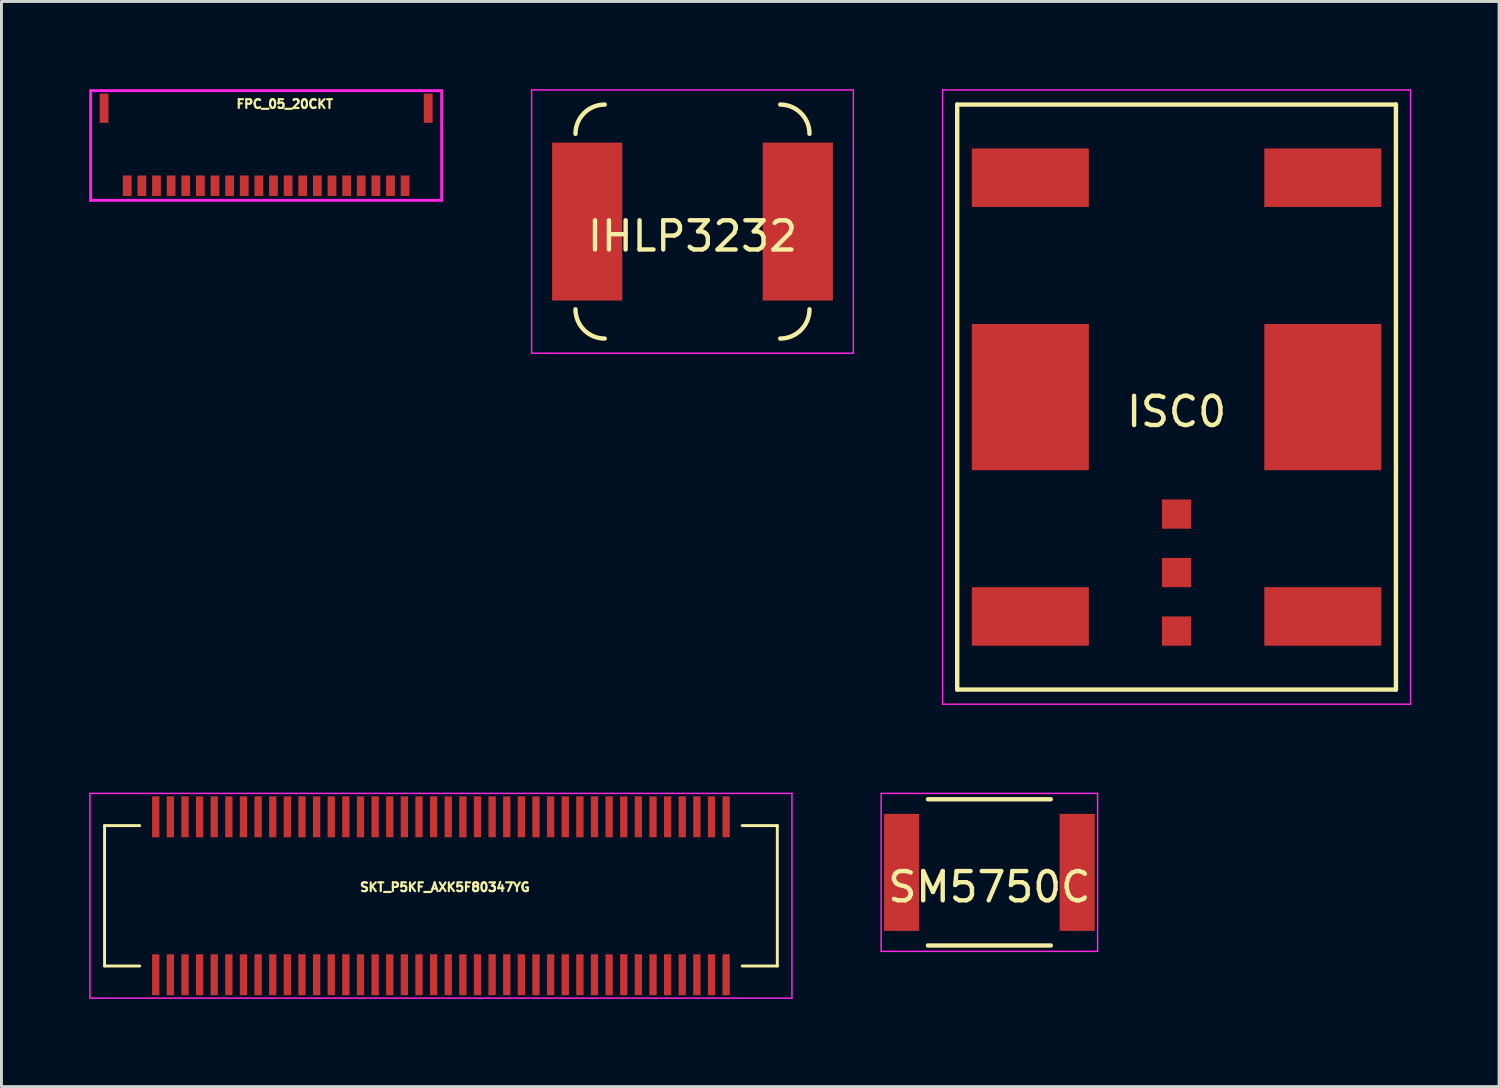
<source format=kicad_pcb>
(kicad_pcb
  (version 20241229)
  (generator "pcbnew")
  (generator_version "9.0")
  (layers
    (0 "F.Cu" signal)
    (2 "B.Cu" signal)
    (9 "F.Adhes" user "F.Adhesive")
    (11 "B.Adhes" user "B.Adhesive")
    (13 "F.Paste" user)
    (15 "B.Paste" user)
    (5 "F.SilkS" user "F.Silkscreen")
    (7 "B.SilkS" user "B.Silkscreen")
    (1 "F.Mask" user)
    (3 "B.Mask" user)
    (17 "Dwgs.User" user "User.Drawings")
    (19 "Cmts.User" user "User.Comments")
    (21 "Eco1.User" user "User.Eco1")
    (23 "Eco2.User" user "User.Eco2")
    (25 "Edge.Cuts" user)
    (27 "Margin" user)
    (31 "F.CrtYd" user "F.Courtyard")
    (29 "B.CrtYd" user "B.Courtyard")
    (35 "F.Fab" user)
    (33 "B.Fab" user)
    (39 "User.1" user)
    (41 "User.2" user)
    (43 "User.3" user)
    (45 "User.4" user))
  (footprint "ISC0"
    (layer "F.Cu")
    (at 37.175 10.525)
    (property "Reference" "ISC0" (at 0 0.5 0) (layer "F.SilkS") (effects (font (size 1 1) (thickness 0.15))))
    (attr through_hole)
    (fp_line (start -7.5 -10) (end -7.5 10) (stroke (width 0.15) (type solid)) (layer "F.SilkS"))
    (fp_line (start -7.5 10) (end 7.5 10) (stroke (width 0.15) (type solid)) (layer "F.SilkS"))
    (fp_line (start 7.5 -10) (end -7.5 -10) (stroke (width 0.15) (type solid)) (layer "F.SilkS"))
    (fp_line (start 7.5 10) (end 7.5 -10) (stroke (width 0.15) (type solid)) (layer "F.SilkS"))
    (fp_line (start -8 -10.5) (end -8 10.5) (stroke (width 0.05) (type solid)) (layer "F.CrtYd"))
    (fp_line (start -8 10.5) (end 8 10.5) (stroke (width 0.05) (type solid)) (layer "F.CrtYd"))
    (fp_line (start 8 -10.5) (end -8 -10.5) (stroke (width 0.05) (type solid)) (layer "F.CrtYd"))
    (fp_line (start 8 10.5) (end 8 -10.5) (stroke (width 0.05) (type solid)) (layer "F.CrtYd"))
    (pad "1" smd rect (at -5 7.5) (size 4 2) (layers "F.Cu" "F.Mask" "F.Paste"))
    (pad "2" smd rect (at 0 4) (size 1 1) (layers "F.Cu" "F.Mask" "F.Paste"))
    (pad "3" smd rect (at 0 6) (size 1 1) (layers "F.Cu" "F.Mask" "F.Paste"))
    (pad "4" smd rect (at 0 8) (size 1 1) (layers "F.Cu" "F.Mask" "F.Paste"))
    (pad "5" smd rect (at 5 7.5) (size 4 2) (layers "F.Cu" "F.Mask" "F.Paste"))
    (pad "6" smd rect (at 5 0) (size 4 5) (layers "F.Cu" "F.Mask" "F.Paste"))
    (pad "7" smd rect (at 5 -7.5) (size 4 2) (layers "F.Cu" "F.Mask" "F.Paste"))
    (pad "8" smd rect (at -5 -7.5) (size 4 2) (layers "F.Cu" "F.Mask" "F.Paste"))
    (pad "9" smd rect (at -5 0) (size 4 5) (layers "F.Cu" "F.Mask" "F.Paste")))
  (footprint "SKT_P5KF_AXK5F80347YG"
    (layer "F.Cu")
    (at 12.025 27.575)
    (property "Reference" "SKT_P5KF_AXK5F80347YG" (at 0.135 -0.294 0) (layer "F.SilkS") (effects (font (size 0.3 0.3) (thickness 0.074))))
    (attr through_hole)
    (fp_line (start -11.5 -2.4) (end -11.5 2.4) (stroke (width 0.1) (type solid)) (layer "F.SilkS"))
    (fp_line (start -11.5 -2.4) (end -10.3 -2.4) (stroke (width 0.1) (type solid)) (layer "F.SilkS"))
    (fp_line (start -11.5 2.4) (end -10.3 2.4) (stroke (width 0.1) (type solid)) (layer "F.SilkS"))
    (fp_line (start 11.5 -2.4) (end 10.3 -2.4) (stroke (width 0.1) (type solid)) (layer "F.SilkS"))
    (fp_line (start 11.5 -2.4) (end 11.5 2.4) (stroke (width 0.1) (type solid)) (layer "F.SilkS"))
    (fp_line (start 11.5 2.4) (end 10.3 2.4) (stroke (width 0.1) (type solid)) (layer "F.SilkS"))
    (fp_line (start -12 -3.5) (end 12 -3.5) (stroke (width 0.05) (type solid)) (layer "F.CrtYd"))
    (fp_line (start -12 3.5) (end -12 -3.5) (stroke (width 0.05) (type solid)) (layer "F.CrtYd"))
    (fp_line (start 12 -3.5) (end 12 3.5) (stroke (width 0.05) (type solid)) (layer "F.CrtYd"))
    (fp_line (start 12 3.5) (end -12 3.5) (stroke (width 0.05) (type solid)) (layer "F.CrtYd"))
    (pad "1" smd rect (at -9.75 2.7) (size 0.25 1.4) (layers "F.Cu" "F.Mask" "F.Paste"))
    (pad "2" smd rect (at -9.25 2.7) (size 0.25 1.4) (layers "F.Cu" "F.Mask" "F.Paste"))
    (pad "3" smd rect (at -8.75 2.7) (size 0.25 1.4) (layers "F.Cu" "F.Mask" "F.Paste"))
    (pad "4" smd rect (at -8.25 2.7) (size 0.25 1.4) (layers "F.Cu" "F.Mask" "F.Paste"))
    (pad "5" smd rect (at -7.75 2.7) (size 0.25 1.4) (layers "F.Cu" "F.Mask" "F.Paste"))
    (pad "6" smd rect (at -7.25 2.7) (size 0.25 1.4) (layers "F.Cu" "F.Mask" "F.Paste"))
    (pad "7" smd rect (at -6.75 2.7) (size 0.25 1.4) (layers "F.Cu" "F.Mask" "F.Paste"))
    (pad "8" smd rect (at -6.25 2.7) (size 0.25 1.4) (layers "F.Cu" "F.Mask" "F.Paste"))
    (pad "9" smd rect (at -5.75 2.7) (size 0.25 1.4) (layers "F.Cu" "F.Mask" "F.Paste"))
    (pad "10" smd rect (at -5.25 2.7) (size 0.25 1.4) (layers "F.Cu" "F.Mask" "F.Paste"))
    (pad "11" smd rect (at -4.75 2.7) (size 0.25 1.4) (layers "F.Cu" "F.Mask" "F.Paste"))
    (pad "12" smd rect (at -4.25 2.7) (size 0.25 1.4) (layers "F.Cu" "F.Mask" "F.Paste"))
    (pad "13" smd rect (at -3.75 2.7) (size 0.25 1.4) (layers "F.Cu" "F.Mask" "F.Paste"))
    (pad "14" smd rect (at -3.25 2.7) (size 0.25 1.4) (layers "F.Cu" "F.Mask" "F.Paste"))
    (pad "15" smd rect (at -2.75 2.7) (size 0.25 1.4) (layers "F.Cu" "F.Mask" "F.Paste"))
    (pad "16" smd rect (at -2.25 2.7) (size 0.25 1.4) (layers "F.Cu" "F.Mask" "F.Paste"))
    (pad "17" smd rect (at -1.75 2.7) (size 0.25 1.4) (layers "F.Cu" "F.Mask" "F.Paste"))
    (pad "18" smd rect (at -1.25 2.7) (size 0.25 1.4) (layers "F.Cu" "F.Mask" "F.Paste"))
    (pad "19" smd rect (at -0.75 2.7) (size 0.25 1.4) (layers "F.Cu" "F.Mask" "F.Paste"))
    (pad "20" smd rect (at -0.25 2.7) (size 0.25 1.4) (layers "F.Cu" "F.Mask" "F.Paste"))
    (pad "21" smd rect (at 0.25 2.7) (size 0.25 1.4) (layers "F.Cu" "F.Mask" "F.Paste"))
    (pad "22" smd rect (at 0.75 2.7) (size 0.25 1.4) (layers "F.Cu" "F.Mask" "F.Paste"))
    (pad "23" smd rect (at 1.25 2.7) (size 0.25 1.4) (layers "F.Cu" "F.Mask" "F.Paste"))
    (pad "24" smd rect (at 1.75 2.7) (size 0.25 1.4) (layers "F.Cu" "F.Mask" "F.Paste"))
    (pad "25" smd rect (at 2.25 2.7) (size 0.25 1.4) (layers "F.Cu" "F.Mask" "F.Paste"))
    (pad "26" smd rect (at 2.75 2.7) (size 0.25 1.4) (layers "F.Cu" "F.Mask" "F.Paste"))
    (pad "27" smd rect (at 3.25 2.7) (size 0.25 1.4) (layers "F.Cu" "F.Mask" "F.Paste"))
    (pad "28" smd rect (at 3.75 2.7) (size 0.25 1.4) (layers "F.Cu" "F.Mask" "F.Paste"))
    (pad "29" smd rect (at 4.25 2.7) (size 0.25 1.4) (layers "F.Cu" "F.Mask" "F.Paste"))
    (pad "30" smd rect (at 4.75 2.7) (size 0.25 1.4) (layers "F.Cu" "F.Mask" "F.Paste"))
    (pad "31" smd rect (at 5.25 2.7) (size 0.25 1.4) (layers "F.Cu" "F.Mask" "F.Paste"))
    (pad "32" smd rect (at 5.75 2.7) (size 0.25 1.4) (layers "F.Cu" "F.Mask" "F.Paste"))
    (pad "33" smd rect (at 6.25 2.7) (size 0.25 1.4) (layers "F.Cu" "F.Mask" "F.Paste"))
    (pad "34" smd rect (at 6.75 2.7) (size 0.25 1.4) (layers "F.Cu" "F.Mask" "F.Paste"))
    (pad "35" smd rect (at 7.25 2.7) (size 0.25 1.4) (layers "F.Cu" "F.Mask" "F.Paste"))
    (pad "36" smd rect (at 7.75 2.7) (size 0.25 1.4) (layers "F.Cu" "F.Mask" "F.Paste"))
    (pad "37" smd rect (at 8.25 2.7) (size 0.25 1.4) (layers "F.Cu" "F.Mask" "F.Paste"))
    (pad "38" smd rect (at 8.75 2.7) (size 0.25 1.4) (layers "F.Cu" "F.Mask" "F.Paste"))
    (pad "39" smd rect (at 9.25 2.7) (size 0.25 1.4) (layers "F.Cu" "F.Mask" "F.Paste"))
    (pad "40" smd rect (at 9.75 2.7) (size 0.25 1.4) (layers "F.Cu" "F.Mask" "F.Paste"))
    (pad "41" smd rect (at -9.75 -2.7) (size 0.25 1.4) (layers "F.Cu" "F.Mask" "F.Paste"))
    (pad "42" smd rect (at -9.25 -2.7) (size 0.25 1.4) (layers "F.Cu" "F.Mask" "F.Paste"))
    (pad "43" smd rect (at -8.75 -2.7) (size 0.25 1.4) (layers "F.Cu" "F.Mask" "F.Paste"))
    (pad "44" smd rect (at -8.25 -2.7) (size 0.25 1.4) (layers "F.Cu" "F.Mask" "F.Paste"))
    (pad "45" smd rect (at -7.75 -2.7) (size 0.25 1.4) (layers "F.Cu" "F.Mask" "F.Paste"))
    (pad "46" smd rect (at -7.25 -2.7) (size 0.25 1.4) (layers "F.Cu" "F.Mask" "F.Paste"))
    (pad "47" smd rect (at -6.75 -2.7) (size 0.25 1.4) (layers "F.Cu" "F.Mask" "F.Paste"))
    (pad "48" smd rect (at -6.25 -2.7) (size 0.25 1.4) (layers "F.Cu" "F.Mask" "F.Paste"))
    (pad "49" smd rect (at -5.75 -2.7) (size 0.25 1.4) (layers "F.Cu" "F.Mask" "F.Paste"))
    (pad "50" smd rect (at -5.25 -2.7) (size 0.25 1.4) (layers "F.Cu" "F.Mask" "F.Paste"))
    (pad "51" smd rect (at -4.75 -2.7) (size 0.25 1.4) (layers "F.Cu" "F.Mask" "F.Paste"))
    (pad "52" smd rect (at -4.25 -2.7) (size 0.25 1.4) (layers "F.Cu" "F.Mask" "F.Paste"))
    (pad "53" smd rect (at -3.75 -2.7) (size 0.25 1.4) (layers "F.Cu" "F.Mask" "F.Paste"))
    (pad "54" smd rect (at -3.25 -2.7) (size 0.25 1.4) (layers "F.Cu" "F.Mask" "F.Paste"))
    (pad "55" smd rect (at -2.75 -2.7) (size 0.25 1.4) (layers "F.Cu" "F.Mask" "F.Paste"))
    (pad "56" smd rect (at -2.25 -2.7) (size 0.25 1.4) (layers "F.Cu" "F.Mask" "F.Paste"))
    (pad "57" smd rect (at -1.75 -2.7) (size 0.25 1.4) (layers "F.Cu" "F.Mask" "F.Paste"))
    (pad "58" smd rect (at -1.25 -2.7) (size 0.25 1.4) (layers "F.Cu" "F.Mask" "F.Paste"))
    (pad "59" smd rect (at -0.75 -2.7) (size 0.25 1.4) (layers "F.Cu" "F.Mask" "F.Paste"))
    (pad "60" smd rect (at -0.25 -2.7) (size 0.25 1.4) (layers "F.Cu" "F.Mask" "F.Paste"))
    (pad "61" smd rect (at 0.25 -2.7) (size 0.25 1.4) (layers "F.Cu" "F.Mask" "F.Paste"))
    (pad "62" smd rect (at 0.75 -2.7) (size 0.25 1.4) (layers "F.Cu" "F.Mask" "F.Paste"))
    (pad "63" smd rect (at 1.25 -2.7) (size 0.25 1.4) (layers "F.Cu" "F.Mask" "F.Paste"))
    (pad "64" smd rect (at 1.75 -2.7) (size 0.25 1.4) (layers "F.Cu" "F.Mask" "F.Paste"))
    (pad "65" smd rect (at 2.25 -2.7) (size 0.25 1.4) (layers "F.Cu" "F.Mask" "F.Paste"))
    (pad "66" smd rect (at 2.75 -2.7) (size 0.25 1.4) (layers "F.Cu" "F.Mask" "F.Paste"))
    (pad "67" smd rect (at 3.25 -2.7) (size 0.25 1.4) (layers "F.Cu" "F.Mask" "F.Paste"))
    (pad "68" smd rect (at 3.75 -2.7) (size 0.25 1.4) (layers "F.Cu" "F.Mask" "F.Paste"))
    (pad "69" smd rect (at 4.25 -2.7) (size 0.25 1.4) (layers "F.Cu" "F.Mask" "F.Paste"))
    (pad "70" smd rect (at 4.75 -2.7) (size 0.25 1.4) (layers "F.Cu" "F.Mask" "F.Paste"))
    (pad "71" smd rect (at 5.25 -2.7) (size 0.25 1.4) (layers "F.Cu" "F.Mask" "F.Paste"))
    (pad "72" smd rect (at 5.75 -2.7) (size 0.25 1.4) (layers "F.Cu" "F.Mask" "F.Paste"))
    (pad "73" smd rect (at 6.25 -2.7) (size 0.25 1.4) (layers "F.Cu" "F.Mask" "F.Paste"))
    (pad "74" smd rect (at 6.75 -2.7) (size 0.25 1.4) (layers "F.Cu" "F.Mask" "F.Paste"))
    (pad "75" smd rect (at 7.25 -2.7) (size 0.25 1.4) (layers "F.Cu" "F.Mask" "F.Paste"))
    (pad "76" smd rect (at 7.75 -2.7) (size 0.25 1.4) (layers "F.Cu" "F.Mask" "F.Paste"))
    (pad "77" smd rect (at 8.25 -2.7) (size 0.25 1.4) (layers "F.Cu" "F.Mask" "F.Paste"))
    (pad "78" smd rect (at 8.75 -2.7) (size 0.25 1.4) (layers "F.Cu" "F.Mask" "F.Paste"))
    (pad "79" smd rect (at 9.25 -2.7) (size 0.25 1.4) (layers "F.Cu" "F.Mask" "F.Paste"))
    (pad "80" smd rect (at 9.75 -2.7) (size 0.25 1.4) (layers "F.Cu" "F.Mask" "F.Paste")))
  (footprint "IHLP3232"
    (layer "F.Cu")
    (at 20.625 4.525)
    (property "Reference" "IHLP3232" (at 0 0.5 0) (layer "F.SilkS") (effects (font (size 1 1) (thickness 0.15))))
    (attr through_hole)
    (fp_arc (start -4 -3) (mid -3.707107 -3.707107) (end -3 -4) (stroke (width 0.15) (type solid)) (layer "F.SilkS"))
    (fp_arc (start -3 4) (mid -3.707107 3.707107) (end -4 3) (stroke (width 0.15) (type solid)) (layer "F.SilkS"))
    (fp_arc (start 3 -4) (mid 3.707107 -3.707107) (end 4 -3) (stroke (width 0.15) (type solid)) (layer "F.SilkS"))
    (fp_arc (start 4 3) (mid 3.707107 3.707107) (end 3 4) (stroke (width 0.15) (type solid)) (layer "F.SilkS"))
    (fp_line (start -5.5 -4.5) (end 5.5 -4.5) (stroke (width 0.05) (type solid)) (layer "F.CrtYd"))
    (fp_line (start -5.5 4.5) (end -5.5 -4.5) (stroke (width 0.05) (type solid)) (layer "F.CrtYd"))
    (fp_line (start -5.5 4.5) (end 5.5 4.5) (stroke (width 0.05) (type solid)) (layer "F.CrtYd"))
    (fp_line (start 5.5 -4.5) (end 5.5 4.5) (stroke (width 0.05) (type solid)) (layer "F.CrtYd"))
    (pad "1" smd rect (at -3.6 0) (size 2.4 5.4) (layers "F.Cu" "F.Mask" "F.Paste"))
    (pad "2" smd rect (at 3.6 0) (size 2.4 5.4) (layers "F.Cu" "F.Mask" "F.Paste")))
  (footprint "SM5750C"
    (layer "F.Cu")
    (at 30.775 26.775)
    (property "Reference" "SM5750C" (at 0 0.5 0) (layer "F.SilkS") (effects (font (size 1 1) (thickness 0.15))))
    (attr through_hole)
    (fp_line (start -2.1 -2.5) (end 2.1 -2.5) (stroke (width 0.15) (type solid)) (layer "F.SilkS"))
    (fp_line (start -2.1 2.5) (end 2.1 2.5) (stroke (width 0.15) (type solid)) (layer "F.SilkS"))
    (fp_line (start -3.7 -2.7) (end 3.7 -2.7) (stroke (width 0.05) (type solid)) (layer "F.CrtYd"))
    (fp_line (start -3.7 2.7) (end -3.7 -2.7) (stroke (width 0.05) (type solid)) (layer "F.CrtYd"))
    (fp_line (start 3.7 -2.7) (end 3.7 2.7) (stroke (width 0.05) (type solid)) (layer "F.CrtYd"))
    (fp_line (start 3.7 2.7) (end -3.7 2.7) (stroke (width 0.05) (type solid)) (layer "F.CrtYd"))
    (pad "1" smd rect (at -3 0) (size 1.2 4) (layers "F.Cu" "F.Mask" "F.Paste"))
    (pad "2" smd rect (at 3 0) (size 1.2 4) (layers "F.Cu" "F.Mask" "F.Paste")))
  (footprint "FPC_05_20CKT"
    (layer "F.Cu")
    (at 6.05 3.3)
    (property "Reference" "FPC_05_20CKT" (at 0.635 -2.794 0) (layer "F.SilkS") (effects (font (size 0.3 0.3) (thickness 0.074))))
    (attr through_hole)
    (fp_line (start -6 -3.25) (end 6 -3.25) (stroke (width 0.1) (type solid)) (layer "F.CrtYd"))
    (fp_line (start -6 0.5) (end -6 -3.25) (stroke (width 0.1) (type solid)) (layer "F.CrtYd"))
    (fp_line (start 6 -3.25) (end 6 0.5) (stroke (width 0.1) (type solid)) (layer "F.CrtYd"))
    (fp_line (start 6 0.5) (end -6 0.5) (stroke (width 0.1) (type solid)) (layer "F.CrtYd"))
    (pad "" smd rect (at -5.54 -2.65) (size 0.3 1) (layers "F.Cu" "F.Mask" "F.Paste"))
    (pad "" smd rect (at 5.54 -2.65) (size 0.3 1) (layers "F.Cu" "F.Mask" "F.Paste"))
    (pad "1" smd rect (at -4.75 0) (size 0.3 0.7) (layers "F.Cu" "F.Mask" "F.Paste"))
    (pad "2" smd rect (at -4.25 0) (size 0.3 0.7) (layers "F.Cu" "F.Mask" "F.Paste"))
    (pad "3" smd rect (at -3.75 0) (size 0.3 0.7) (layers "F.Cu" "F.Mask" "F.Paste"))
    (pad "4" smd rect (at -3.25 0) (size 0.3 0.7) (layers "F.Cu" "F.Mask" "F.Paste"))
    (pad "5" smd rect (at -2.75 0) (size 0.3 0.7) (layers "F.Cu" "F.Mask" "F.Paste"))
    (pad "6" smd rect (at -2.25 0) (size 0.3 0.7) (layers "F.Cu" "F.Mask" "F.Paste"))
    (pad "7" smd rect (at -1.75 0) (size 0.3 0.7) (layers "F.Cu" "F.Mask" "F.Paste"))
    (pad "8" smd rect (at -1.25 0) (size 0.3 0.7) (layers "F.Cu" "F.Mask" "F.Paste"))
    (pad "9" smd rect (at -0.75 0) (size 0.3 0.7) (layers "F.Cu" "F.Mask" "F.Paste"))
    (pad "10" smd rect (at -0.25 0) (size 0.3 0.7) (layers "F.Cu" "F.Mask" "F.Paste"))
    (pad "11" smd rect (at 0.25 0) (size 0.3 0.7) (layers "F.Cu" "F.Mask" "F.Paste"))
    (pad "12" smd rect (at 0.75 0) (size 0.3 0.7) (layers "F.Cu" "F.Mask" "F.Paste"))
    (pad "13" smd rect (at 1.25 0) (size 0.3 0.7) (layers "F.Cu" "F.Mask" "F.Paste"))
    (pad "14" smd rect (at 1.75 0) (size 0.3 0.7) (layers "F.Cu" "F.Mask" "F.Paste"))
    (pad "15" smd rect (at 2.25 0) (size 0.3 0.7) (layers "F.Cu" "F.Mask" "F.Paste"))
    (pad "16" smd rect (at 2.75 0) (size 0.3 0.7) (layers "F.Cu" "F.Mask" "F.Paste"))
    (pad "17" smd rect (at 3.25 0) (size 0.3 0.7) (layers "F.Cu" "F.Mask" "F.Paste"))
    (pad "18" smd rect (at 3.75 0) (size 0.3 0.7) (layers "F.Cu" "F.Mask" "F.Paste"))
    (pad "19" smd rect (at 4.25 0) (size 0.3 0.7) (layers "F.Cu" "F.Mask" "F.Paste"))
    (pad "20" smd rect (at 4.75 0) (size 0.3 0.7) (layers "F.Cu" "F.Mask" "F.Paste")))
  (gr_rect
    (start -3 -3)
    (end 48.2 34.1)
    (stroke (width 0.1) (type default))
    (fill no)
    (layer "Edge.Cuts")))
</source>
